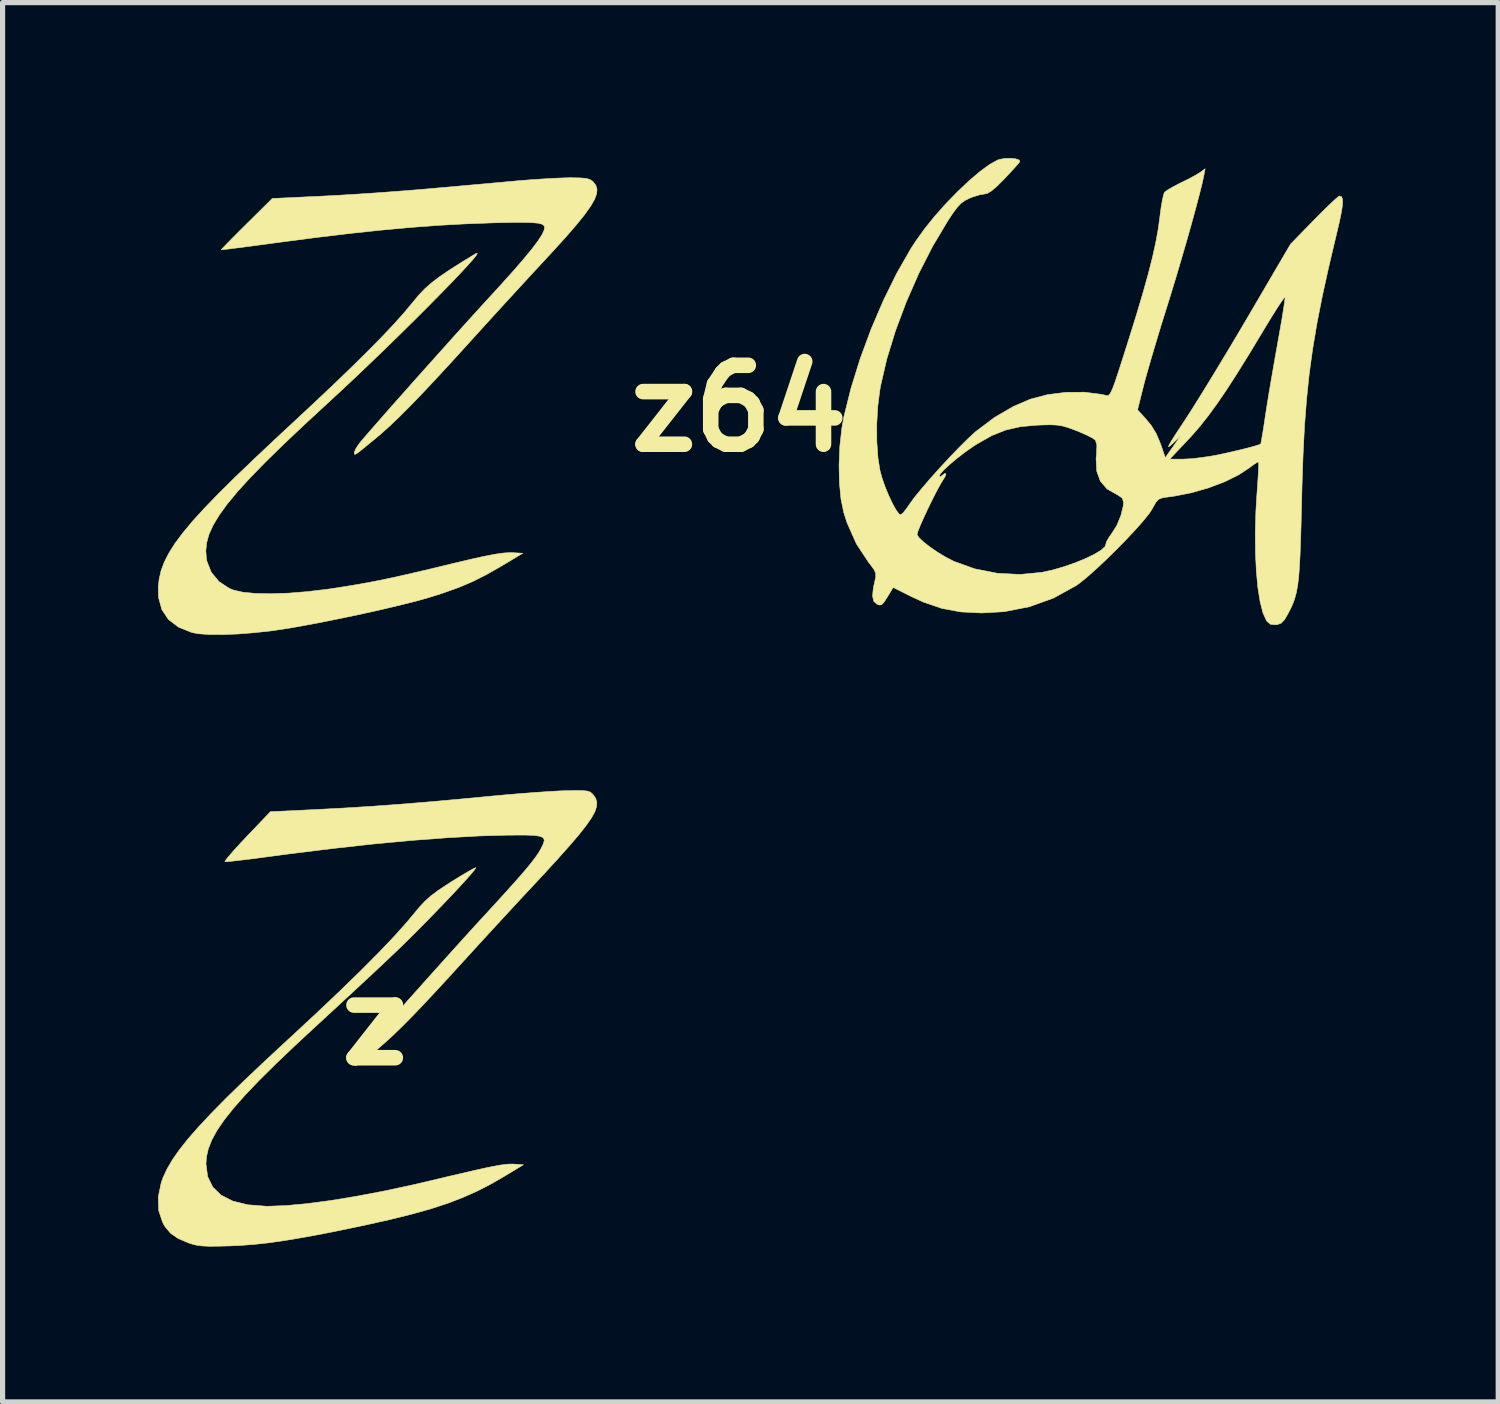
<source format=kicad_pcb>
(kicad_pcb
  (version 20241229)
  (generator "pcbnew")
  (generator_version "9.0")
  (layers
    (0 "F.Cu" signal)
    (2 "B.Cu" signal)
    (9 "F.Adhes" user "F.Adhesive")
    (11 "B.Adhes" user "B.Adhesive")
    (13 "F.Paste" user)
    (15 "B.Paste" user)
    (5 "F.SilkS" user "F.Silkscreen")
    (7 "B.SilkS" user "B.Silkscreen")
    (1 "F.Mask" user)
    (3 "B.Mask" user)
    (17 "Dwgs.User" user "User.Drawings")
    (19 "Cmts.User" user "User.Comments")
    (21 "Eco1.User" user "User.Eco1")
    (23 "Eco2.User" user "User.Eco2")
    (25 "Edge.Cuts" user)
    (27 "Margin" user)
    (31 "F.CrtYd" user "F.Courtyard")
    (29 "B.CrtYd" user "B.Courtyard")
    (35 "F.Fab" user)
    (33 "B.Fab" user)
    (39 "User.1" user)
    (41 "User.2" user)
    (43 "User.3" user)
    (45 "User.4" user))
  (footprint "z64"
    (layer "F.Cu")
    (at 11.214 4.836)
    (property "Reference" "z64" (at 0 0 0) (layer "F.SilkS") (effects (font (size 1.524 1.524) (thickness 0.3))))
    (attr through_hole)
    (fp_poly (pts (xy -3.076 -4.452) (xy -2.958 -4.443) (xy -2.882 -4.424) (xy -2.83 -4.392) (xy -2.814 -4.377) (xy -2.763 -4.311) (xy -2.739 -4.236) (xy -2.746 -4.147) (xy -2.785 -4.039) (xy -2.862 -3.906) (xy -2.978 -3.743) (xy -3.138 -3.545) (xy -3.344 -3.307) (xy -3.601 -3.024) (xy -3.84 -2.766) (xy -4.022 -2.57) (xy -4.241 -2.331) (xy -4.485 -2.066) (xy -4.738 -1.789) (xy -4.986 -1.516) (xy -5.174 -1.309) (xy -5.53 -0.917) (xy -5.842 -0.579) (xy -6.113 -0.29) (xy -6.35 -0.045) (xy -6.558 0.163) (xy -6.741 0.338) (xy -6.905 0.485) (xy -6.995 0.561) (xy -7.164 0.7) (xy -7.281 0.796) (xy -7.357 0.855) (xy -7.4 0.882) (xy -7.419 0.885) (xy -7.424 0.869) (xy -7.425 0.849) (xy -7.401 0.786) (xy -7.341 0.692) (xy -7.298 0.637) (xy -7.203 0.526) (xy -7.063 0.365) (xy -6.887 0.164) (xy -6.682 -0.069) (xy -6.455 -0.324) (xy -6.215 -0.595) (xy -5.968 -0.871) (xy -5.724 -1.144) (xy -5.49 -1.405) (xy -5.273 -1.645) (xy -5.082 -1.856) (xy -4.923 -2.03) (xy -4.903 -2.052) (xy -4.602 -2.381) (xy -4.352 -2.659) (xy -4.151 -2.891) (xy -3.995 -3.081) (xy -3.881 -3.232) (xy -3.804 -3.35) (xy -3.762 -3.439) (xy -3.751 -3.496) (xy -3.762 -3.531) (xy -3.8 -3.558) (xy -3.873 -3.577) (xy -3.989 -3.588) (xy -4.156 -3.593) (xy -4.382 -3.592) (xy -4.675 -3.586) (xy -4.803 -3.582) (xy -5.306 -3.563) (xy -5.815 -3.535) (xy -6.344 -3.495) (xy -6.902 -3.444) (xy -7.502 -3.38) (xy -8.153 -3.302) (xy -8.867 -3.209) (xy -9.031 -3.187) (xy -9.294 -3.151) (xy -9.53 -3.12) (xy -9.728 -3.095) (xy -9.878 -3.076) (xy -9.969 -3.066) (xy -9.993 -3.064) (xy -9.969 -3.093) (xy -9.898 -3.167) (xy -9.789 -3.278) (xy -9.65 -3.418) (xy -9.504 -3.563) (xy -9.007 -4.055) (xy -8.042 -4.1) (xy -7.718 -4.117) (xy -7.343 -4.14) (xy -6.941 -4.167) (xy -6.539 -4.197) (xy -6.162 -4.227) (xy -5.991 -4.242) (xy -5.664 -4.271) (xy -5.323 -4.301) (xy -4.988 -4.331) (xy -4.678 -4.359) (xy -4.412 -4.383) (xy -4.259 -4.397) (xy -4.008 -4.417) (xy -3.751 -4.434) (xy -3.513 -4.447) (xy -3.318 -4.454) (xy -3.253 -4.455) (xy -3.076 -4.452)) (stroke (width 0.01) (type solid)) (fill yes) (layer "F.SilkS"))
    (fp_poly (pts (xy -5.069 -2.959) (xy -5.137 -2.874) (xy -5.247 -2.75) (xy -5.395 -2.592) (xy -5.575 -2.403) (xy -5.784 -2.189) (xy -6.016 -1.954) (xy -6.266 -1.704) (xy -6.531 -1.443) (xy -6.804 -1.176) (xy -7.082 -0.908) (xy -7.36 -0.643) (xy -7.632 -0.387) (xy -7.895 -0.144) (xy -7.933 -0.109) (xy -8.392 0.315) (xy -8.793 0.694) (xy -9.139 1.033) (xy -9.433 1.334) (xy -9.678 1.603) (xy -9.877 1.843) (xy -10.033 2.059) (xy -10.15 2.253) (xy -10.23 2.43) (xy -10.276 2.595) (xy -10.291 2.75) (xy -10.279 2.901) (xy -10.271 2.944) (xy -10.186 3.16) (xy -10.038 3.34) (xy -9.837 3.472) (xy -9.757 3.505) (xy -9.576 3.546) (xy -9.33 3.57) (xy -9.032 3.575) (xy -8.693 3.564) (xy -8.324 3.534) (xy -7.938 3.488) (xy -7.757 3.461) (xy -7.513 3.422) (xy -7.295 3.385) (xy -7.09 3.347) (xy -6.884 3.307) (xy -6.665 3.26) (xy -6.419 3.205) (xy -6.133 3.139) (xy -5.795 3.058) (xy -5.497 2.986) (xy -5.167 2.908) (xy -4.904 2.85) (xy -4.697 2.811) (xy -4.54 2.789) (xy -4.423 2.782) (xy -4.389 2.782) (xy -4.172 2.794) (xy -4.577 3.037) (xy -4.868 3.203) (xy -5.139 3.34) (xy -5.418 3.458) (xy -5.729 3.568) (xy -5.983 3.648) (xy -6.219 3.715) (xy -6.518 3.79) (xy -6.863 3.872) (xy -7.24 3.957) (xy -7.633 4.04) (xy -8.028 4.12) (xy -8.409 4.192) (xy -8.675 4.239) (xy -9.003 4.289) (xy -9.336 4.326) (xy -9.659 4.352) (xy -9.959 4.364) (xy -10.221 4.363) (xy -10.432 4.348) (xy -10.558 4.325) (xy -10.817 4.221) (xy -11.011 4.074) (xy -11.139 3.884) (xy -11.203 3.651) (xy -11.209 3.444) (xy -11.191 3.287) (xy -11.154 3.128) (xy -11.093 2.966) (xy -11.006 2.794) (xy -10.889 2.608) (xy -10.738 2.405) (xy -10.55 2.179) (xy -10.321 1.927) (xy -10.047 1.644) (xy -9.726 1.326) (xy -9.353 0.969) (xy -8.926 0.567) (xy -8.719 0.375) (xy -8.25 -0.062) (xy -7.835 -0.453) (xy -7.473 -0.802) (xy -7.159 -1.112) (xy -6.888 -1.387) (xy -6.657 -1.632) (xy -6.462 -1.85) (xy -6.299 -2.046) (xy -6.279 -2.07) (xy -6.173 -2.198) (xy -6.06 -2.315) (xy -5.931 -2.428) (xy -5.775 -2.547) (xy -5.581 -2.679) (xy -5.338 -2.833) (xy -5.08 -2.99) (xy -5.049 -2.999) (xy -5.069 -2.959)) (stroke (width 0.01) (type solid)) (fill yes) (layer "F.SilkS"))
    (fp_poly (pts (xy 5.343 -4.82) (xy 5.411 -4.797) (xy 5.424 -4.769) (xy 5.394 -4.729) (xy 5.321 -4.646) (xy 5.217 -4.533) (xy 5.129 -4.439) (xy 4.982 -4.291) (xy 4.872 -4.198) (xy 4.791 -4.151) (xy 4.745 -4.142) (xy 4.652 -4.127) (xy 4.524 -4.088) (xy 4.453 -4.06) (xy 4.362 -4.015) (xy 4.286 -3.96) (xy 4.212 -3.881) (xy 4.124 -3.762) (xy 4.027 -3.614) (xy 3.741 -3.134) (xy 3.473 -2.609) (xy 3.231 -2.058) (xy 3.022 -1.5) (xy 2.854 -0.954) (xy 2.735 -0.439) (xy 2.72 -0.355) (xy 2.68 -0.039) (xy 2.661 0.3) (xy 2.662 0.639) (xy 2.684 0.951) (xy 2.722 1.193) (xy 2.764 1.346) (xy 2.824 1.516) (xy 2.894 1.685) (xy 2.967 1.839) (xy 3.036 1.962) (xy 3.092 2.036) (xy 3.12 2.052) (xy 3.162 2.021) (xy 3.228 1.942) (xy 3.291 1.851) (xy 3.379 1.728) (xy 3.512 1.565) (xy 3.676 1.373) (xy 3.86 1.167) (xy 4.052 0.959) (xy 4.239 0.764) (xy 4.411 0.593) (xy 4.553 0.461) (xy 4.572 0.445) (xy 4.928 0.176) (xy 5.298 -0.04) (xy 5.627 -0.181) (xy 5.954 -0.267) (xy 6.31 -0.312) (xy 6.667 -0.315) (xy 6.996 -0.274) (xy 7.075 -0.256) (xy 7.105 -0.249) (xy 7.131 -0.253) (xy 7.156 -0.274) (xy 7.184 -0.32) (xy 7.219 -0.4) (xy 7.263 -0.52) (xy 7.32 -0.689) (xy 7.393 -0.916) (xy 7.485 -1.206) (xy 7.514 -1.297) (xy 7.667 -1.787) (xy 7.794 -2.212) (xy 7.898 -2.583) (xy 7.981 -2.908) (xy 8.045 -3.196) (xy 8.093 -3.456) (xy 8.126 -3.697) (xy 8.129 -3.723) (xy 8.152 -3.896) (xy 8.178 -4.043) (xy 8.203 -4.144) (xy 8.218 -4.176) (xy 8.274 -4.218) (xy 8.38 -4.28) (xy 8.514 -4.35) (xy 8.538 -4.361) (xy 8.684 -4.433) (xy 8.813 -4.503) (xy 8.9 -4.556) (xy 8.906 -4.56) (xy 9 -4.629) (xy 8.973 -4.486) (xy 8.941 -4.339) (xy 8.888 -4.129) (xy 8.819 -3.867) (xy 8.737 -3.567) (xy 8.644 -3.238) (xy 8.544 -2.894) (xy 8.441 -2.545) (xy 8.337 -2.204) (xy 8.247 -1.915) (xy 8.154 -1.618) (xy 8.063 -1.317) (xy 7.977 -1.029) (xy 7.902 -0.77) (xy 7.842 -0.558) (xy 7.813 -0.446) (xy 7.695 0.026) (xy 7.837 0.179) (xy 7.961 0.329) (xy 8.056 0.485) (xy 8.137 0.677) (xy 8.165 0.756) (xy 8.23 0.949) (xy 8.528 0.528) (xy 8.365 0.684) (xy 8.314 0.729) (xy 8.292 0.739) (xy 8.302 0.708) (xy 8.346 0.63) (xy 8.428 0.501) (xy 8.551 0.314) (xy 8.604 0.234) (xy 8.716 0.061) (xy 8.86 -0.168) (xy 9.029 -0.441) (xy 9.215 -0.746) (xy 9.412 -1.072) (xy 9.612 -1.407) (xy 9.808 -1.739) (xy 9.828 -1.773) (xy 10.648 -3.173) (xy 11.101 -3.638) (xy 11.254 -3.793) (xy 11.39 -3.926) (xy 11.499 -4.028) (xy 11.571 -4.089) (xy 11.595 -4.103) (xy 11.633 -4.088) (xy 11.653 -4.039) (xy 11.653 -3.947) (xy 11.633 -3.804) (xy 11.591 -3.601) (xy 11.531 -3.347) (xy 11.385 -2.73) (xy 11.262 -2.17) (xy 11.16 -1.653) (xy 11.077 -1.16) (xy 11.01 -0.677) (xy 10.959 -0.187) (xy 10.919 0.327) (xy 10.891 0.88) (xy 10.87 1.488) (xy 10.864 1.739) (xy 10.854 2.166) (xy 10.844 2.524) (xy 10.833 2.82) (xy 10.82 3.063) (xy 10.805 3.261) (xy 10.785 3.422) (xy 10.76 3.556) (xy 10.729 3.67) (xy 10.692 3.772) (xy 10.646 3.872) (xy 10.598 3.964) (xy 10.529 4.081) (xy 10.468 4.144) (xy 10.396 4.17) (xy 10.368 4.174) (xy 10.262 4.166) (xy 10.192 4.107) (xy 10.184 4.096) (xy 10.117 3.948) (xy 10.062 3.732) (xy 10.018 3.459) (xy 9.988 3.136) (xy 9.971 2.775) (xy 9.968 2.385) (xy 9.98 1.974) (xy 10 1.646) (xy 10.015 1.439) (xy 10.026 1.26) (xy 10.033 1.124) (xy 10.033 1.045) (xy 10.031 1.03) (xy 9.995 1.044) (xy 9.919 1.095) (xy 9.863 1.138) (xy 9.649 1.28) (xy 9.377 1.414) (xy 9.065 1.532) (xy 8.733 1.627) (xy 8.4 1.692) (xy 8.31 1.704) (xy 8.182 1.722) (xy 8.105 1.75) (xy 8.051 1.807) (xy 7.993 1.91) (xy 7.984 1.929) (xy 7.917 2.031) (xy 7.802 2.173) (xy 7.65 2.345) (xy 7.471 2.535) (xy 7.278 2.732) (xy 7.08 2.926) (xy 6.888 3.106) (xy 6.714 3.26) (xy 6.568 3.377) (xy 6.507 3.42) (xy 6.071 3.66) (xy 5.61 3.826) (xy 5.12 3.922) (xy 4.681 3.947) (xy 4.279 3.926) (xy 3.915 3.858) (xy 3.559 3.736) (xy 3.335 3.633) (xy 2.977 3.454) (xy 2.867 3.637) (xy 2.8 3.741) (xy 2.752 3.789) (xy 2.705 3.793) (xy 2.668 3.779) (xy 2.604 3.723) (xy 2.58 3.622) (xy 2.594 3.469) (xy 2.622 3.342) (xy 2.642 3.249) (xy 2.641 3.18) (xy 2.609 3.11) (xy 2.54 3.015) (xy 2.501 2.966) (xy 2.269 2.614) (xy 2.188 2.431) (xy 3.439 2.431) (xy 3.471 2.487) (xy 3.557 2.57) (xy 3.682 2.669) (xy 3.832 2.772) (xy 3.993 2.869) (xy 4.148 2.949) (xy 4.151 2.951) (xy 4.553 3.095) (xy 4.986 3.18) (xy 5.427 3.203) (xy 5.845 3.163) (xy 6.056 3.117) (xy 6.276 3.053) (xy 6.491 2.978) (xy 6.691 2.896) (xy 6.862 2.813) (xy 6.991 2.735) (xy 7.068 2.666) (xy 7.082 2.622) (xy 7.098 2.565) (xy 7.152 2.475) (xy 7.193 2.419) (xy 7.295 2.257) (xy 7.374 2.066) (xy 7.419 1.881) (xy 7.425 1.809) (xy 7.4 1.729) (xy 7.314 1.67) (xy 7.298 1.662) (xy 7.106 1.552) (xy 6.977 1.403) (xy 6.908 1.211) (xy 6.895 0.977) (xy 8.316 0.977) (xy 8.577 0.977) (xy 8.734 0.969) (xy 8.934 0.946) (xy 9.143 0.914) (xy 9.236 0.897) (xy 9.425 0.856) (xy 9.617 0.812) (xy 9.794 0.769) (xy 9.94 0.73) (xy 10.039 0.699) (xy 10.073 0.685) (xy 10.082 0.645) (xy 10.1 0.542) (xy 10.125 0.391) (xy 10.153 0.207) (xy 10.159 0.163) (xy 10.19 -0.035) (xy 10.231 -0.289) (xy 10.28 -0.577) (xy 10.332 -0.88) (xy 10.385 -1.177) (xy 10.395 -1.233) (xy 10.44 -1.487) (xy 10.48 -1.715) (xy 10.511 -1.907) (xy 10.533 -2.051) (xy 10.543 -2.135) (xy 10.543 -2.152) (xy 10.521 -2.131) (xy 10.465 -2.052) (xy 10.381 -1.924) (xy 10.275 -1.755) (xy 10.154 -1.556) (xy 10.105 -1.475) (xy 9.845 -1.044) (xy 9.615 -0.674) (xy 9.411 -0.357) (xy 9.226 -0.087) (xy 9.056 0.146) (xy 8.895 0.349) (xy 8.738 0.53) (xy 8.676 0.596) (xy 8.316 0.977) (xy 6.895 0.977) (xy 6.895 0.968) (xy 6.904 0.865) (xy 6.91 0.703) (xy 6.881 0.61) (xy 6.879 0.608) (xy 6.822 0.568) (xy 6.712 0.512) (xy 6.569 0.449) (xy 6.513 0.427) (xy 6.366 0.372) (xy 6.251 0.338) (xy 6.142 0.32) (xy 6.014 0.314) (xy 5.842 0.318) (xy 5.764 0.321) (xy 5.439 0.35) (xy 5.154 0.414) (xy 4.883 0.522) (xy 4.598 0.683) (xy 4.527 0.729) (xy 4.368 0.84) (xy 4.212 0.96) (xy 4.071 1.078) (xy 3.959 1.182) (xy 3.887 1.263) (xy 3.869 1.301) (xy 3.885 1.321) (xy 3.916 1.297) (xy 3.977 1.251) (xy 3.998 1.264) (xy 3.974 1.326) (xy 3.948 1.365) (xy 3.894 1.454) (xy 3.821 1.587) (xy 3.738 1.75) (xy 3.652 1.925) (xy 3.572 2.097) (xy 3.504 2.249) (xy 3.457 2.366) (xy 3.439 2.429) (xy 3.439 2.431) (xy 2.188 2.431) (xy 2.089 2.21) (xy 2.023 2.005) (xy 1.97 1.745) (xy 1.94 1.432) (xy 1.933 1.086) (xy 1.948 0.729) (xy 1.987 0.38) (xy 2.027 0.156) (xy 2.164 -0.394) (xy 2.342 -0.965) (xy 2.554 -1.538) (xy 2.793 -2.095) (xy 3.05 -2.616) (xy 3.319 -3.085) (xy 3.422 -3.243) (xy 3.591 -3.478) (xy 3.788 -3.721) (xy 4.003 -3.962) (xy 4.226 -4.191) (xy 4.446 -4.399) (xy 4.654 -4.576) (xy 4.839 -4.711) (xy 4.991 -4.795) (xy 5.021 -4.806) (xy 5.125 -4.827) (xy 5.24 -4.831) (xy 5.343 -4.82)) (stroke (width 0.01) (type solid)) (fill yes) (layer "F.SilkS")))
  (footprint "z"
    (layer "F.Cu")
    (at 4.182 16.679)
    (property "Reference" "z" (at 0 0 0) (layer "F.SilkS") (effects (font (size 1.524 1.524) (thickness 0.3))))
    (attr through_hole)
    (fp_poly (pts (xy 4.028 -4.467) (xy 4.112 -4.457) (xy 4.165 -4.438) (xy 4.203 -4.405) (xy 4.227 -4.378) (xy 4.269 -4.313) (xy 4.289 -4.241) (xy 4.284 -4.158) (xy 4.251 -4.059) (xy 4.185 -3.939) (xy 4.083 -3.793) (xy 3.942 -3.614) (xy 3.759 -3.4) (xy 3.53 -3.143) (xy 3.252 -2.84) (xy 3.028 -2.6) (xy 2.835 -2.393) (xy 2.605 -2.144) (xy 2.353 -1.871) (xy 2.093 -1.589) (xy 1.843 -1.315) (xy 1.677 -1.133) (xy 1.373 -0.8) (xy 1.113 -0.519) (xy 0.89 -0.282) (xy 0.697 -0.081) (xy 0.526 0.091) (xy 0.37 0.242) (xy 0.223 0.378) (xy 0.075 0.507) (xy 0.048 0.531) (xy -0.127 0.678) (xy -0.251 0.775) (xy -0.332 0.829) (xy -0.376 0.842) (xy -0.391 0.819) (xy -0.391 0.816) (xy -0.368 0.763) (xy -0.308 0.673) (xy -0.248 0.596) (xy -0.167 0.499) (xy -0.04 0.353) (xy 0.125 0.166) (xy 0.32 -0.055) (xy 0.539 -0.302) (xy 0.774 -0.566) (xy 1.018 -0.839) (xy 1.264 -1.113) (xy 1.504 -1.38) (xy 1.732 -1.632) (xy 1.94 -1.861) (xy 2.121 -2.058) (xy 2.133 -2.071) (xy 2.398 -2.36) (xy 2.615 -2.6) (xy 2.79 -2.796) (xy 2.927 -2.955) (xy 3.033 -3.085) (xy 3.113 -3.191) (xy 3.173 -3.28) (xy 3.213 -3.35) (xy 3.257 -3.441) (xy 3.275 -3.508) (xy 3.257 -3.555) (xy 3.196 -3.585) (xy 3.084 -3.602) (xy 2.912 -3.609) (xy 2.673 -3.608) (xy 2.587 -3.608) (xy 2.027 -3.592) (xy 1.399 -3.557) (xy 0.708 -3.505) (xy -0.036 -3.435) (xy -0.829 -3.347) (xy -1.662 -3.244) (xy -1.986 -3.201) (xy -2.239 -3.167) (xy -2.465 -3.138) (xy -2.655 -3.116) (xy -2.795 -3.1) (xy -2.876 -3.094) (xy -2.89 -3.094) (xy -2.875 -3.125) (xy -2.813 -3.202) (xy -2.714 -3.317) (xy -2.584 -3.459) (xy -2.467 -3.583) (xy -2.012 -4.06) (xy -1.133 -4.102) (xy -0.619 -4.129) (xy -0.103 -4.161) (xy 0.428 -4.199) (xy 0.992 -4.245) (xy 1.602 -4.299) (xy 2.247 -4.36) (xy 2.55 -4.388) (xy 2.855 -4.413) (xy 3.144 -4.435) (xy 3.4 -4.452) (xy 3.607 -4.463) (xy 3.706 -4.466) (xy 3.898 -4.469) (xy 4.028 -4.467)) (stroke (width 0.01) (type solid)) (fill yes) (layer "F.SilkS"))
    (fp_poly (pts (xy 1.954 -2.978) (xy 1.927 -2.936) (xy 1.853 -2.847) (xy 1.739 -2.718) (xy 1.592 -2.559) (xy 1.421 -2.377) (xy 1.232 -2.18) (xy 1.034 -1.976) (xy 0.834 -1.773) (xy 0.64 -1.58) (xy 0.459 -1.403) (xy 0.391 -1.338) (xy 0.211 -1.168) (xy -0.013 -0.957) (xy -0.268 -0.72) (xy -0.538 -0.469) (xy -0.811 -0.217) (xy -1.072 0.024) (xy -1.094 0.044) (xy -1.53 0.448) (xy -1.907 0.807) (xy -2.23 1.127) (xy -2.501 1.411) (xy -2.725 1.664) (xy -2.904 1.89) (xy -3.043 2.093) (xy -3.144 2.278) (xy -3.211 2.448) (xy -3.247 2.608) (xy -3.256 2.738) (xy -3.224 2.983) (xy -3.126 3.184) (xy -2.964 3.342) (xy -2.738 3.457) (xy -2.448 3.528) (xy -2.094 3.556) (xy -2.048 3.556) (xy -1.707 3.543) (xy -1.302 3.506) (xy -0.843 3.445) (xy -0.341 3.362) (xy 0.196 3.26) (xy 0.757 3.139) (xy 0.996 3.083) (xy 1.379 2.992) (xy 1.693 2.919) (xy 1.947 2.86) (xy 2.15 2.815) (xy 2.309 2.783) (xy 2.432 2.761) (xy 2.527 2.748) (xy 2.603 2.742) (xy 2.666 2.742) (xy 2.694 2.743) (xy 2.872 2.755) (xy 2.531 2.962) (xy 2.261 3.119) (xy 1.993 3.258) (xy 1.715 3.382) (xy 1.419 3.497) (xy 1.092 3.604) (xy 0.725 3.707) (xy 0.307 3.811) (xy -0.171 3.918) (xy -0.484 3.984) (xy -0.957 4.08) (xy -1.365 4.156) (xy -1.722 4.216) (xy -2.039 4.262) (xy -2.328 4.293) (xy -2.601 4.314) (xy -2.794 4.322) (xy -3.031 4.328) (xy -3.208 4.329) (xy -3.339 4.322) (xy -3.442 4.308) (xy -3.534 4.284) (xy -3.589 4.266) (xy -3.791 4.18) (xy -3.935 4.082) (xy -4.042 3.957) (xy -4.093 3.868) (xy -4.169 3.636) (xy -4.177 3.375) (xy -4.118 3.095) (xy -4.083 2.999) (xy -4.007 2.836) (xy -3.905 2.661) (xy -3.772 2.47) (xy -3.604 2.258) (xy -3.398 2.023) (xy -3.15 1.758) (xy -2.857 1.461) (xy -2.514 1.127) (xy -2.118 0.753) (xy -1.666 0.333) (xy -1.642 0.312) (xy -1.134 -0.16) (xy -0.676 -0.594) (xy -0.269 -0.99) (xy 0.084 -1.345) (xy 0.381 -1.657) (xy 0.62 -1.924) (xy 0.73 -2.056) (xy 0.857 -2.21) (xy 0.969 -2.33) (xy 1.084 -2.434) (xy 1.222 -2.537) (xy 1.401 -2.656) (xy 1.485 -2.71) (xy 1.652 -2.813) (xy 1.793 -2.897) (xy 1.896 -2.955) (xy 1.949 -2.979) (xy 1.954 -2.978)) (stroke (width 0.01) (type solid)) (fill yes) (layer "F.SilkS")))
  (gr_rect
    (start -3 -3)
    (end 25.872 24.013)
    (stroke (width 0.1) (type default))
    (fill no)
    (layer "Edge.Cuts")))
</source>
